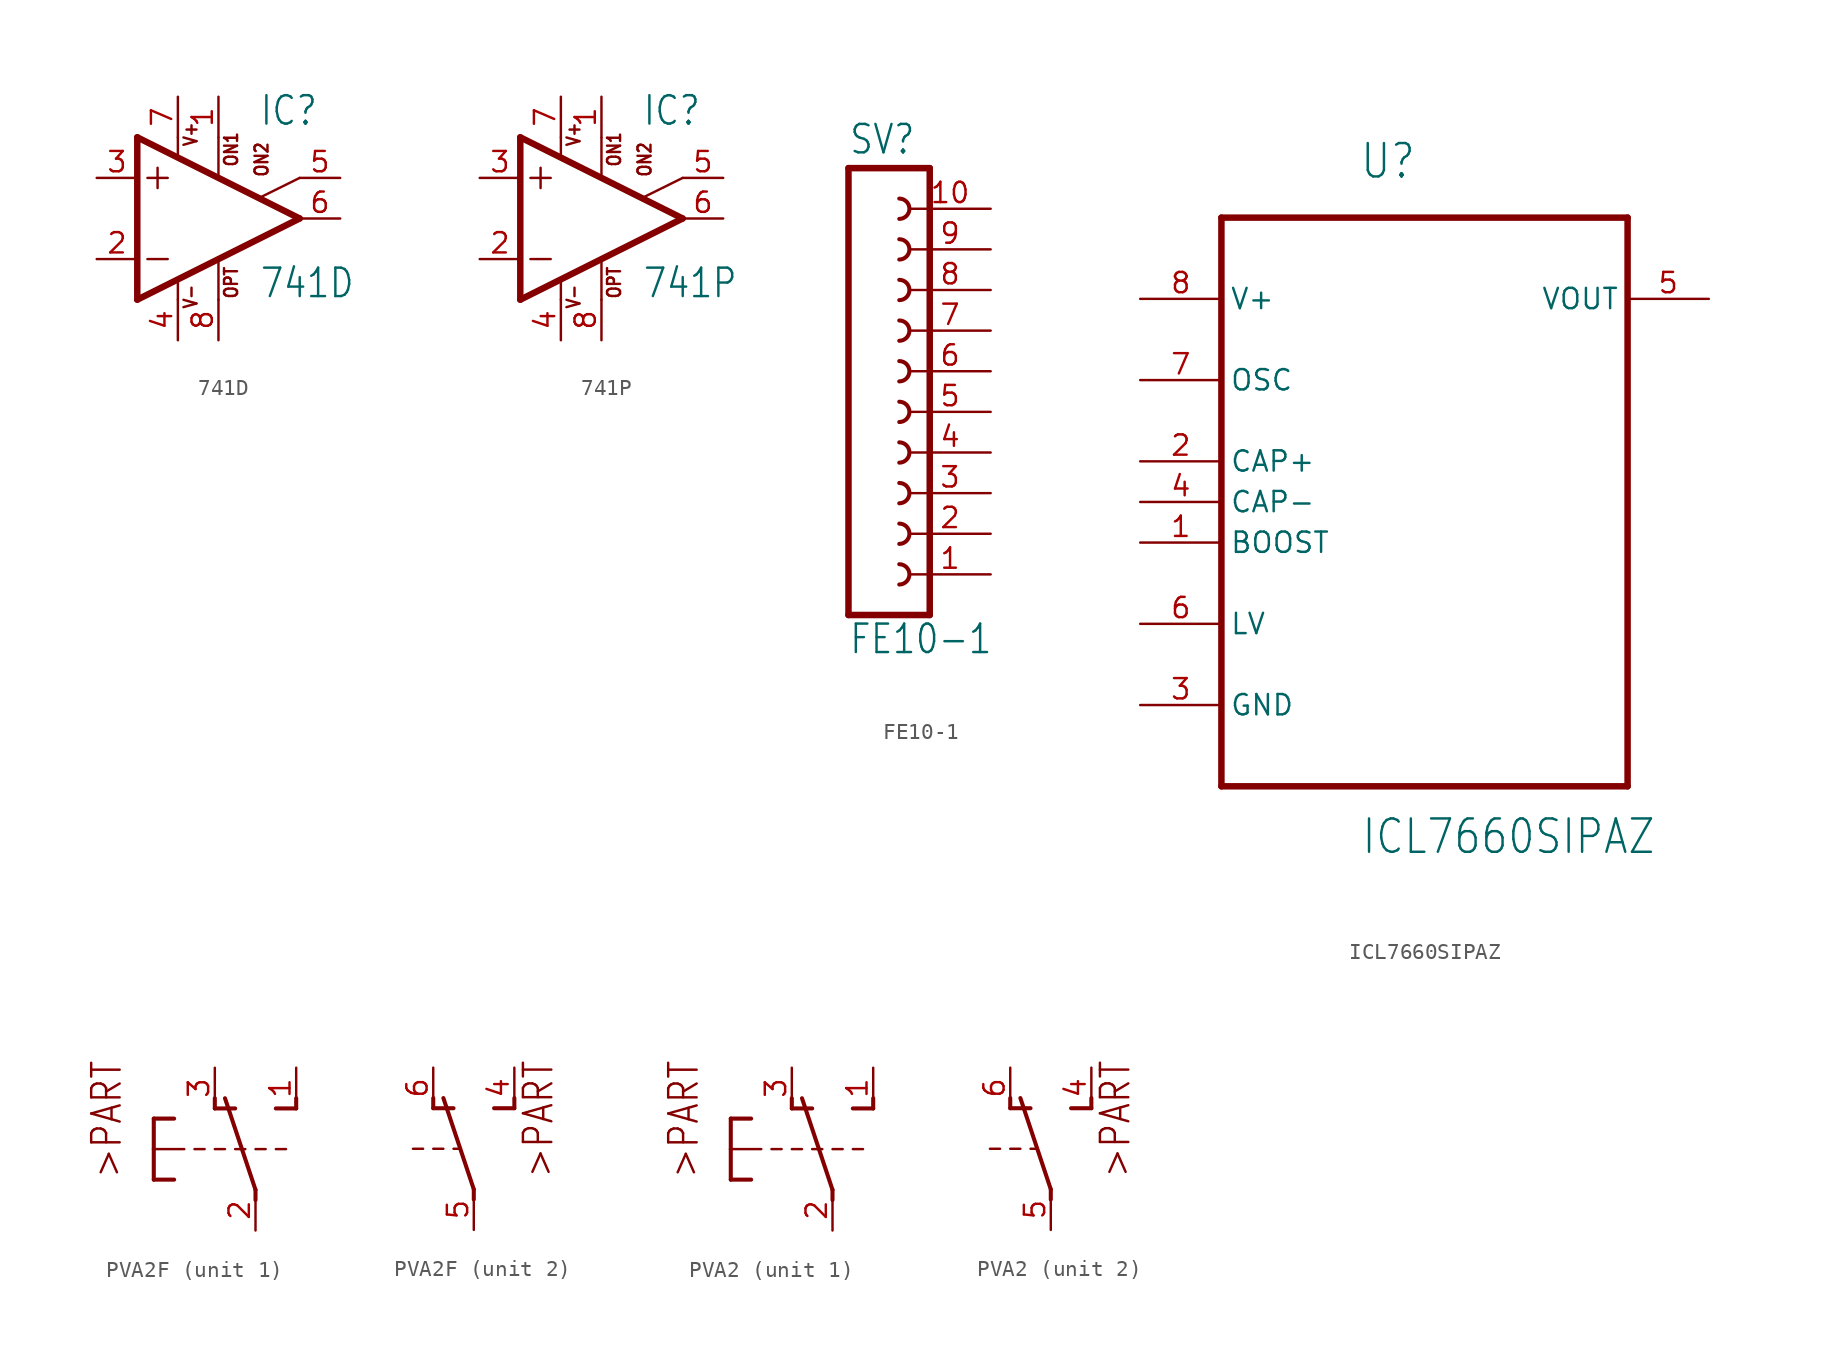
<source format=kicad_sym>
(kicad_symbol_lib
  (version 20211014)
  (generator kicad_symbol_editor)
  (symbol "741D"
    (property "Reference" "IC"
      (at 2.54 5.715 0)
      (effects (font (size 1.778 1.511)) (justify left bottom)))
    (property "Value" "741D"
      (at 2.54 -5.08 0)
      (effects (font (size 1.778 1.511)) (justify left bottom)))
    (property "ki_locked" ""
      (at 0 0 0)
      (effects (font (size 1.27 1.27))))
    (symbol "741D_1_0"
      (polyline (pts (xy -5.08 -5.08) (xy 5.08 0)) (stroke (width 0.406) (type default) (color 0 0 0 0)) (fill (type none)))
      (polyline (pts (xy -5.08 5.08) (xy -5.08 -5.08)) (stroke (width 0.406) (type default) (color 0 0 0 0)) (fill (type none)))
      (polyline (pts (xy -4.445 -2.54) (xy -3.175 -2.54)) (stroke (width 0.152) (type default) (color 0 0 0 0)) (fill (type none)))
      (polyline (pts (xy -4.445 2.54) (xy -3.175 2.54)) (stroke (width 0.152) (type default) (color 0 0 0 0)) (fill (type none)))
      (polyline (pts (xy -3.81 3.175) (xy -3.81 1.905)) (stroke (width 0.152) (type default) (color 0 0 0 0)) (fill (type none)))
      (polyline (pts (xy -2.54 -3.912) (xy -2.54 -5.08)) (stroke (width 0.152) (type default) (color 0 0 0 0)) (fill (type none)))
      (polyline (pts (xy -2.54 5.08) (xy -2.54 3.886)) (stroke (width 0.152) (type default) (color 0 0 0 0)) (fill (type none)))
      (polyline (pts (xy 0 -2.616) (xy 0 -5.08)) (stroke (width 0.152) (type default) (color 0 0 0 0)) (fill (type none)))
      (polyline (pts (xy 0 5.055) (xy 0 2.616)) (stroke (width 0.152) (type default) (color 0 0 0 0)) (fill (type none)))
      (polyline (pts (xy 5.08 0) (xy -5.08 5.08)) (stroke (width 0.406) (type default) (color 0 0 0 0)) (fill (type none)))
      (polyline (pts (xy 5.08 2.54) (xy 2.616 1.321)) (stroke (width 0.152) (type default) (color 0 0 0 0)) (fill (type none)))
      (text "ON1" (at 1.27 3.175 900) (effects (font (size 0.813 0.691)) (justify left bottom)))
      (text "ON2" (at 3.175 2.54 900) (effects (font (size 0.813 0.691)) (justify left bottom)))
      (text "OPT" (at 1.27 -5.08 900) (effects (font (size 0.813 0.691)) (justify left bottom)))
      (text "V+" (at -1.27 4.445 900) (effects (font (size 0.813 0.691)) (justify left bottom)))
      (text "V-" (at -1.27 -5.715 900) (effects (font (size 0.813 0.691)) (justify left bottom)))
      (pin passive line (at 0 7.62 270) (length 2.54) (name "ON1" (effects (font (size 0 0)))) (number "1" (effects (font (size 1.27 1.27)))))
      (pin input line (at -7.62 -2.54 0) (length 2.54) (name "-IN" (effects (font (size 0 0)))) (number "2" (effects (font (size 1.27 1.27)))))
      (pin input line (at -7.62 2.54 0) (length 2.54) (name "+IN" (effects (font (size 0 0)))) (number "3" (effects (font (size 1.27 1.27)))))
      (pin power_in line (at -2.54 -7.62 90) (length 2.54) (name "V-" (effects (font (size 0 0)))) (number "4" (effects (font (size 1.27 1.27)))))
      (pin passive line (at 7.62 2.54 180) (length 2.54) (name "ON2" (effects (font (size 0 0)))) (number "5" (effects (font (size 1.27 1.27)))))
      (pin output line (at 7.62 0 180) (length 2.54) (name "OUT" (effects (font (size 0 0)))) (number "6" (effects (font (size 1.27 1.27)))))
      (pin power_in line (at -2.54 7.62 270) (length 2.54) (name "V+" (effects (font (size 0 0)))) (number "7" (effects (font (size 1.27 1.27)))))
      (pin passive line (at 0 -7.62 90) (length 2.54) (name "OPT" (effects (font (size 0 0)))) (number "8" (effects (font (size 1.27 1.27)))))))
  (symbol "741P"
    (property "Reference" "IC"
      (at 2.54 5.715 0)
      (effects (font (size 1.778 1.511)) (justify left bottom)))
    (property "Value" "741P"
      (at 2.54 -5.08 0)
      (effects (font (size 1.778 1.511)) (justify left bottom)))
    (property "ki_locked" ""
      (at 0 0 0)
      (effects (font (size 1.27 1.27))))
    (symbol "741P_1_0"
      (polyline (pts (xy -5.08 -5.08) (xy 5.08 0)) (stroke (width 0.406) (type default) (color 0 0 0 0)) (fill (type none)))
      (polyline (pts (xy -5.08 5.08) (xy -5.08 -5.08)) (stroke (width 0.406) (type default) (color 0 0 0 0)) (fill (type none)))
      (polyline (pts (xy -4.445 -2.54) (xy -3.175 -2.54)) (stroke (width 0.152) (type default) (color 0 0 0 0)) (fill (type none)))
      (polyline (pts (xy -4.445 2.54) (xy -3.175 2.54)) (stroke (width 0.152) (type default) (color 0 0 0 0)) (fill (type none)))
      (polyline (pts (xy -3.81 3.175) (xy -3.81 1.905)) (stroke (width 0.152) (type default) (color 0 0 0 0)) (fill (type none)))
      (polyline (pts (xy -2.54 -3.912) (xy -2.54 -5.08)) (stroke (width 0.152) (type default) (color 0 0 0 0)) (fill (type none)))
      (polyline (pts (xy -2.54 5.08) (xy -2.54 3.886)) (stroke (width 0.152) (type default) (color 0 0 0 0)) (fill (type none)))
      (polyline (pts (xy 0 -2.616) (xy 0 -5.08)) (stroke (width 0.152) (type default) (color 0 0 0 0)) (fill (type none)))
      (polyline (pts (xy 0 5.055) (xy 0 2.616)) (stroke (width 0.152) (type default) (color 0 0 0 0)) (fill (type none)))
      (polyline (pts (xy 5.08 0) (xy -5.08 5.08)) (stroke (width 0.406) (type default) (color 0 0 0 0)) (fill (type none)))
      (polyline (pts (xy 5.08 2.54) (xy 2.616 1.321)) (stroke (width 0.152) (type default) (color 0 0 0 0)) (fill (type none)))
      (text "ON1" (at 1.27 3.175 900) (effects (font (size 0.813 0.691)) (justify left bottom)))
      (text "ON2" (at 3.175 2.54 900) (effects (font (size 0.813 0.691)) (justify left bottom)))
      (text "OPT" (at 1.27 -5.08 900) (effects (font (size 0.813 0.691)) (justify left bottom)))
      (text "V+" (at -1.27 4.445 900) (effects (font (size 0.813 0.691)) (justify left bottom)))
      (text "V-" (at -1.27 -5.715 900) (effects (font (size 0.813 0.691)) (justify left bottom)))
      (pin passive line (at 0 7.62 270) (length 2.54) (name "ON1" (effects (font (size 0 0)))) (number "1" (effects (font (size 1.27 1.27)))))
      (pin input line (at -7.62 -2.54 0) (length 2.54) (name "-IN" (effects (font (size 0 0)))) (number "2" (effects (font (size 1.27 1.27)))))
      (pin input line (at -7.62 2.54 0) (length 2.54) (name "+IN" (effects (font (size 0 0)))) (number "3" (effects (font (size 1.27 1.27)))))
      (pin power_in line (at -2.54 -7.62 90) (length 2.54) (name "V-" (effects (font (size 0 0)))) (number "4" (effects (font (size 1.27 1.27)))))
      (pin passive line (at 7.62 2.54 180) (length 2.54) (name "ON2" (effects (font (size 0 0)))) (number "5" (effects (font (size 1.27 1.27)))))
      (pin output line (at 7.62 0 180) (length 2.54) (name "OUT" (effects (font (size 0 0)))) (number "6" (effects (font (size 1.27 1.27)))))
      (pin power_in line (at -2.54 7.62 270) (length 2.54) (name "V+" (effects (font (size 0 0)))) (number "7" (effects (font (size 1.27 1.27)))))
      (pin passive line (at 0 -7.62 90) (length 2.54) (name "OPT" (effects (font (size 0 0)))) (number "8" (effects (font (size 1.27 1.27)))))))
  (symbol "FE10-1"
    (property "Reference" "SV"
      (at -1.27 16.002 0)
      (effects (font (size 1.778 1.511)) (justify left bottom)))
    (property "Value" "FE10-1"
      (at -1.27 -15.24 0)
      (effects (font (size 1.778 1.511)) (justify left bottom)))
    (property "ki_locked" ""
      (at 0 0 0)
      (effects (font (size 1.27 1.27))))
    (symbol "FE10-1_1_0"
      (polyline (pts (xy -1.27 15.24) (xy -1.27 -12.7)) (stroke (width 0.406) (type default) (color 0 0 0 0)) (fill (type none)))
      (polyline (pts (xy -1.27 15.24) (xy 3.81 15.24)) (stroke (width 0.406) (type default) (color 0 0 0 0)) (fill (type none)))
      (polyline (pts (xy 3.81 -12.7) (xy -1.27 -12.7)) (stroke (width 0.406) (type default) (color 0 0 0 0)) (fill (type none)))
      (polyline (pts (xy 3.81 -12.7) (xy 3.81 15.24)) (stroke (width 0.406) (type default) (color 0 0 0 0)) (fill (type none)))
      (arc (start 1.905 -10.795) (mid 2.54 -10.16) (end 1.905 -9.525) (stroke (width 0.254) (type default) (color 0 0 0 0)) (fill (type none)))
      (arc (start 1.905 -8.255) (mid 2.54 -7.62) (end 1.905 -6.985) (stroke (width 0.254) (type default) (color 0 0 0 0)) (fill (type none)))
      (arc (start 1.905 -5.715) (mid 2.54 -5.08) (end 1.905 -4.445) (stroke (width 0.254) (type default) (color 0 0 0 0)) (fill (type none)))
      (arc (start 1.905 -3.175) (mid 2.54 -2.54) (end 1.905 -1.905) (stroke (width 0.254) (type default) (color 0 0 0 0)) (fill (type none)))
      (arc (start 1.905 -0.635) (mid 2.54 0) (end 1.905 0.635) (stroke (width 0.254) (type default) (color 0 0 0 0)) (fill (type none)))
      (arc (start 1.905 1.905) (mid 2.54 2.54) (end 1.905 3.175) (stroke (width 0.254) (type default) (color 0 0 0 0)) (fill (type none)))
      (arc (start 1.905 4.445) (mid 2.54 5.08) (end 1.905 5.715) (stroke (width 0.254) (type default) (color 0 0 0 0)) (fill (type none)))
      (arc (start 1.905 6.985) (mid 2.54 7.62) (end 1.905 8.255) (stroke (width 0.254) (type default) (color 0 0 0 0)) (fill (type none)))
      (arc (start 1.905 9.525) (mid 2.54 10.16) (end 1.905 10.795) (stroke (width 0.254) (type default) (color 0 0 0 0)) (fill (type none)))
      (arc (start 1.905 12.065) (mid 2.54 12.7) (end 1.905 13.335) (stroke (width 0.254) (type default) (color 0 0 0 0)) (fill (type none)))
      (pin passive line (at 7.62 -10.16 180) (length 5.08) (name "1" (effects (font (size 0 0)))) (number "1" (effects (font (size 1.27 1.27)))))
      (pin passive line (at 7.62 12.7 180) (length 5.08) (name "10" (effects (font (size 0 0)))) (number "10" (effects (font (size 1.27 1.27)))))
      (pin passive line (at 7.62 -7.62 180) (length 5.08) (name "2" (effects (font (size 0 0)))) (number "2" (effects (font (size 1.27 1.27)))))
      (pin passive line (at 7.62 -5.08 180) (length 5.08) (name "3" (effects (font (size 0 0)))) (number "3" (effects (font (size 1.27 1.27)))))
      (pin passive line (at 7.62 -2.54 180) (length 5.08) (name "4" (effects (font (size 0 0)))) (number "4" (effects (font (size 1.27 1.27)))))
      (pin passive line (at 7.62 0 180) (length 5.08) (name "5" (effects (font (size 0 0)))) (number "5" (effects (font (size 1.27 1.27)))))
      (pin passive line (at 7.62 2.54 180) (length 5.08) (name "6" (effects (font (size 0 0)))) (number "6" (effects (font (size 1.27 1.27)))))
      (pin passive line (at 7.62 5.08 180) (length 5.08) (name "7" (effects (font (size 0 0)))) (number "7" (effects (font (size 1.27 1.27)))))
      (pin passive line (at 7.62 7.62 180) (length 5.08) (name "8" (effects (font (size 0 0)))) (number "8" (effects (font (size 1.27 1.27)))))
      (pin passive line (at 7.62 10.16 180) (length 5.08) (name "9" (effects (font (size 0 0)))) (number "9" (effects (font (size 1.27 1.27)))))))
  (symbol "ICL7660SIPAZ"
    (property "Reference" "U"
      (at -4.071 17.555 0)
      (effects (font (size 2.086 1.773)) (justify left bottom)))
    (property "Value" "ICL7660SIPAZ"
      (at -3.99 -24.677 0)
      (effects (font (size 2.084 1.771)) (justify left bottom)))
    (property "ki_locked" ""
      (at 0 0 0)
      (effects (font (size 1.27 1.27))))
    (symbol "ICL7660SIPAZ_1_0"
      (polyline (pts (xy -12.7 -20.32) (xy 12.7 -20.32)) (stroke (width 0.406) (type default) (color 0 0 0 0)) (fill (type none)))
      (polyline (pts (xy -12.7 15.24) (xy -12.7 -20.32)) (stroke (width 0.406) (type default) (color 0 0 0 0)) (fill (type none)))
      (polyline (pts (xy 12.7 -20.32) (xy 12.7 15.24)) (stroke (width 0.406) (type default) (color 0 0 0 0)) (fill (type none)))
      (polyline (pts (xy 12.7 15.24) (xy -12.7 15.24)) (stroke (width 0.406) (type default) (color 0 0 0 0)) (fill (type none)))
      (pin input line (at -17.78 -5.08 0) (length 5.08) (name "BOOST" (effects (font (size 1.27 1.27)))) (number "1" (effects (font (size 1.27 1.27)))))
      (pin input line (at -17.78 0 0) (length 5.08) (name "CAP+" (effects (font (size 1.27 1.27)))) (number "2" (effects (font (size 1.27 1.27)))))
      (pin passive line (at -17.78 -15.24 0) (length 5.08) (name "GND" (effects (font (size 1.27 1.27)))) (number "3" (effects (font (size 1.27 1.27)))))
      (pin input line (at -17.78 -2.54 0) (length 5.08) (name "CAP-" (effects (font (size 1.27 1.27)))) (number "4" (effects (font (size 1.27 1.27)))))
      (pin output line (at 17.78 10.16 180) (length 5.08) (name "VOUT" (effects (font (size 1.27 1.27)))) (number "5" (effects (font (size 1.27 1.27)))))
      (pin passive line (at -17.78 -10.16 0) (length 5.08) (name "LV" (effects (font (size 1.27 1.27)))) (number "6" (effects (font (size 1.27 1.27)))))
      (pin input line (at -17.78 5.08 0) (length 5.08) (name "OSC" (effects (font (size 1.27 1.27)))) (number "7" (effects (font (size 1.27 1.27)))))
      (pin power_in line (at -17.78 10.16 0) (length 5.08) (name "V+" (effects (font (size 1.27 1.27)))) (number "8" (effects (font (size 1.27 1.27)))))))
  (symbol "PVA2F"
    (property "Reference" "S"
      (at 0 0 0)
      (effects (font (size 1.27 1.27)) hide))
    (property "ki_locked" ""
      (at 0 0 0)
      (effects (font (size 1.27 1.27))))
    (symbol "PVA2F_1_0"
      (polyline (pts (xy -6.35 -1.905) (xy -5.08 -1.905)) (stroke (width 0.254) (type default) (color 0 0 0 0)) (fill (type none)))
      (polyline (pts (xy -6.35 0) (xy -6.35 -1.905)) (stroke (width 0.254) (type default) (color 0 0 0 0)) (fill (type none)))
      (polyline (pts (xy -6.35 0) (xy -4.445 0)) (stroke (width 0.152) (type default) (color 0 0 0 0)) (fill (type none)))
      (polyline (pts (xy -6.35 1.905) (xy -6.35 0)) (stroke (width 0.254) (type default) (color 0 0 0 0)) (fill (type none)))
      (polyline (pts (xy -6.35 1.905) (xy -5.08 1.905)) (stroke (width 0.254) (type default) (color 0 0 0 0)) (fill (type none)))
      (polyline (pts (xy -3.175 0) (xy -3.81 0)) (stroke (width 0.152) (type default) (color 0 0 0 0)) (fill (type none)))
      (polyline (pts (xy -2.54 2.54) (xy -2.54 3.175)) (stroke (width 0.254) (type default) (color 0 0 0 0)) (fill (type none)))
      (polyline (pts (xy -2.54 2.54) (xy -1.27 2.54)) (stroke (width 0.254) (type default) (color 0 0 0 0)) (fill (type none)))
      (polyline (pts (xy -1.905 0) (xy -2.54 0)) (stroke (width 0.152) (type default) (color 0 0 0 0)) (fill (type none)))
      (polyline (pts (xy -0.635 0) (xy -1.27 0)) (stroke (width 0.152) (type default) (color 0 0 0 0)) (fill (type none)))
      (polyline (pts (xy 0 -3.175) (xy 0 -2.54)) (stroke (width 0.254) (type default) (color 0 0 0 0)) (fill (type none)))
      (polyline (pts (xy 0 -2.54) (xy -1.905 3.175)) (stroke (width 0.254) (type default) (color 0 0 0 0)) (fill (type none)))
      (polyline (pts (xy 0.635 0) (xy 0 0)) (stroke (width 0.152) (type default) (color 0 0 0 0)) (fill (type none)))
      (polyline (pts (xy 1.27 2.54) (xy 2.54 2.54)) (stroke (width 0.254) (type default) (color 0 0 0 0)) (fill (type none)))
      (polyline (pts (xy 1.905 0) (xy 1.27 0)) (stroke (width 0.152) (type default) (color 0 0 0 0)) (fill (type none)))
      (polyline (pts (xy 2.54 2.54) (xy 2.54 3.175)) (stroke (width 0.254) (type default) (color 0 0 0 0)) (fill (type none)))
      (text ">PART" (at -8.255 -1.905 900) (effects (font (size 1.778 1.511)) (justify left bottom)))
      (pin passive line (at 2.54 5.08 270) (length 2.54) (name "S" (effects (font (size 0 0)))) (number "1" (effects (font (size 1.27 1.27)))))
      (pin passive line (at 0 -5.08 90) (length 2.54) (name "P" (effects (font (size 0 0)))) (number "2" (effects (font (size 1.27 1.27)))))
      (pin passive line (at -2.54 5.08 270) (length 2.54) (name "O" (effects (font (size 0 0)))) (number "3" (effects (font (size 1.27 1.27))))))
    (symbol "PVA2F_2_0"
      (polyline (pts (xy -3.175 0) (xy -3.81 0)) (stroke (width 0.152) (type default) (color 0 0 0 0)) (fill (type none)))
      (polyline (pts (xy -2.54 2.54) (xy -2.54 3.175)) (stroke (width 0.254) (type default) (color 0 0 0 0)) (fill (type none)))
      (polyline (pts (xy -2.54 2.54) (xy -1.27 2.54)) (stroke (width 0.254) (type default) (color 0 0 0 0)) (fill (type none)))
      (polyline (pts (xy -1.905 0) (xy -2.54 0)) (stroke (width 0.152) (type default) (color 0 0 0 0)) (fill (type none)))
      (polyline (pts (xy -0.889 0) (xy -1.27 0)) (stroke (width 0.152) (type default) (color 0 0 0 0)) (fill (type none)))
      (polyline (pts (xy 0 -3.175) (xy 0 -2.54)) (stroke (width 0.254) (type default) (color 0 0 0 0)) (fill (type none)))
      (polyline (pts (xy 0 -2.54) (xy -1.905 3.175)) (stroke (width 0.254) (type default) (color 0 0 0 0)) (fill (type none)))
      (polyline (pts (xy 1.27 2.54) (xy 2.54 2.54)) (stroke (width 0.254) (type default) (color 0 0 0 0)) (fill (type none)))
      (polyline (pts (xy 2.54 2.54) (xy 2.54 3.175)) (stroke (width 0.254) (type default) (color 0 0 0 0)) (fill (type none)))
      (text ">PART" (at 5.08 -1.905 900) (effects (font (size 1.778 1.511)) (justify left bottom)))
      (pin passive line (at 2.54 5.08 270) (length 2.54) (name "S" (effects (font (size 0 0)))) (number "4" (effects (font (size 1.27 1.27)))))
      (pin passive line (at 0 -5.08 90) (length 2.54) (name "P" (effects (font (size 0 0)))) (number "5" (effects (font (size 1.27 1.27)))))
      (pin passive line (at -2.54 5.08 270) (length 2.54) (name "O" (effects (font (size 0 0)))) (number "6" (effects (font (size 1.27 1.27)))))))
  (symbol "PVA2"
    (property "Reference" "S"
      (at 0 0 0)
      (effects (font (size 1.27 1.27)) hide))
    (property "ki_locked" ""
      (at 0 0 0)
      (effects (font (size 1.27 1.27))))
    (symbol "PVA2_1_0"
      (polyline (pts (xy -6.35 -1.905) (xy -5.08 -1.905)) (stroke (width 0.254) (type default) (color 0 0 0 0)) (fill (type none)))
      (polyline (pts (xy -6.35 0) (xy -6.35 -1.905)) (stroke (width 0.254) (type default) (color 0 0 0 0)) (fill (type none)))
      (polyline (pts (xy -6.35 0) (xy -4.445 0)) (stroke (width 0.152) (type default) (color 0 0 0 0)) (fill (type none)))
      (polyline (pts (xy -6.35 1.905) (xy -6.35 0)) (stroke (width 0.254) (type default) (color 0 0 0 0)) (fill (type none)))
      (polyline (pts (xy -6.35 1.905) (xy -5.08 1.905)) (stroke (width 0.254) (type default) (color 0 0 0 0)) (fill (type none)))
      (polyline (pts (xy -3.175 0) (xy -3.81 0)) (stroke (width 0.152) (type default) (color 0 0 0 0)) (fill (type none)))
      (polyline (pts (xy -2.54 2.54) (xy -2.54 3.175)) (stroke (width 0.254) (type default) (color 0 0 0 0)) (fill (type none)))
      (polyline (pts (xy -2.54 2.54) (xy -1.27 2.54)) (stroke (width 0.254) (type default) (color 0 0 0 0)) (fill (type none)))
      (polyline (pts (xy -1.905 0) (xy -2.54 0)) (stroke (width 0.152) (type default) (color 0 0 0 0)) (fill (type none)))
      (polyline (pts (xy -0.635 0) (xy -1.27 0)) (stroke (width 0.152) (type default) (color 0 0 0 0)) (fill (type none)))
      (polyline (pts (xy 0 -3.175) (xy 0 -2.54)) (stroke (width 0.254) (type default) (color 0 0 0 0)) (fill (type none)))
      (polyline (pts (xy 0 -2.54) (xy -1.905 3.175)) (stroke (width 0.254) (type default) (color 0 0 0 0)) (fill (type none)))
      (polyline (pts (xy 0.635 0) (xy 0 0)) (stroke (width 0.152) (type default) (color 0 0 0 0)) (fill (type none)))
      (polyline (pts (xy 1.27 2.54) (xy 2.54 2.54)) (stroke (width 0.254) (type default) (color 0 0 0 0)) (fill (type none)))
      (polyline (pts (xy 1.905 0) (xy 1.27 0)) (stroke (width 0.152) (type default) (color 0 0 0 0)) (fill (type none)))
      (polyline (pts (xy 2.54 2.54) (xy 2.54 3.175)) (stroke (width 0.254) (type default) (color 0 0 0 0)) (fill (type none)))
      (text ">PART" (at -8.255 -1.905 900) (effects (font (size 1.778 1.511)) (justify left bottom)))
      (pin passive line (at 2.54 5.08 270) (length 2.54) (name "S" (effects (font (size 0 0)))) (number "1" (effects (font (size 1.27 1.27)))))
      (pin passive line (at 0 -5.08 90) (length 2.54) (name "P" (effects (font (size 0 0)))) (number "2" (effects (font (size 1.27 1.27)))))
      (pin passive line (at -2.54 5.08 270) (length 2.54) (name "O" (effects (font (size 0 0)))) (number "3" (effects (font (size 1.27 1.27))))))
    (symbol "PVA2_2_0"
      (polyline (pts (xy -3.175 0) (xy -3.81 0)) (stroke (width 0.152) (type default) (color 0 0 0 0)) (fill (type none)))
      (polyline (pts (xy -2.54 2.54) (xy -2.54 3.175)) (stroke (width 0.254) (type default) (color 0 0 0 0)) (fill (type none)))
      (polyline (pts (xy -2.54 2.54) (xy -1.27 2.54)) (stroke (width 0.254) (type default) (color 0 0 0 0)) (fill (type none)))
      (polyline (pts (xy -1.905 0) (xy -2.54 0)) (stroke (width 0.152) (type default) (color 0 0 0 0)) (fill (type none)))
      (polyline (pts (xy -0.889 0) (xy -1.27 0)) (stroke (width 0.152) (type default) (color 0 0 0 0)) (fill (type none)))
      (polyline (pts (xy 0 -3.175) (xy 0 -2.54)) (stroke (width 0.254) (type default) (color 0 0 0 0)) (fill (type none)))
      (polyline (pts (xy 0 -2.54) (xy -1.905 3.175)) (stroke (width 0.254) (type default) (color 0 0 0 0)) (fill (type none)))
      (polyline (pts (xy 1.27 2.54) (xy 2.54 2.54)) (stroke (width 0.254) (type default) (color 0 0 0 0)) (fill (type none)))
      (polyline (pts (xy 2.54 2.54) (xy 2.54 3.175)) (stroke (width 0.254) (type default) (color 0 0 0 0)) (fill (type none)))
      (text ">PART" (at 5.08 -1.905 900) (effects (font (size 1.778 1.511)) (justify left bottom)))
      (pin passive line (at 2.54 5.08 270) (length 2.54) (name "S" (effects (font (size 0 0)))) (number "4" (effects (font (size 1.27 1.27)))))
      (pin passive line (at 0 -5.08 90) (length 2.54) (name "P" (effects (font (size 0 0)))) (number "5" (effects (font (size 1.27 1.27)))))
      (pin passive line (at -2.54 5.08 270) (length 2.54) (name "O" (effects (font (size 0 0)))) (number "6" (effects (font (size 1.27 1.27))))))))
</source>
